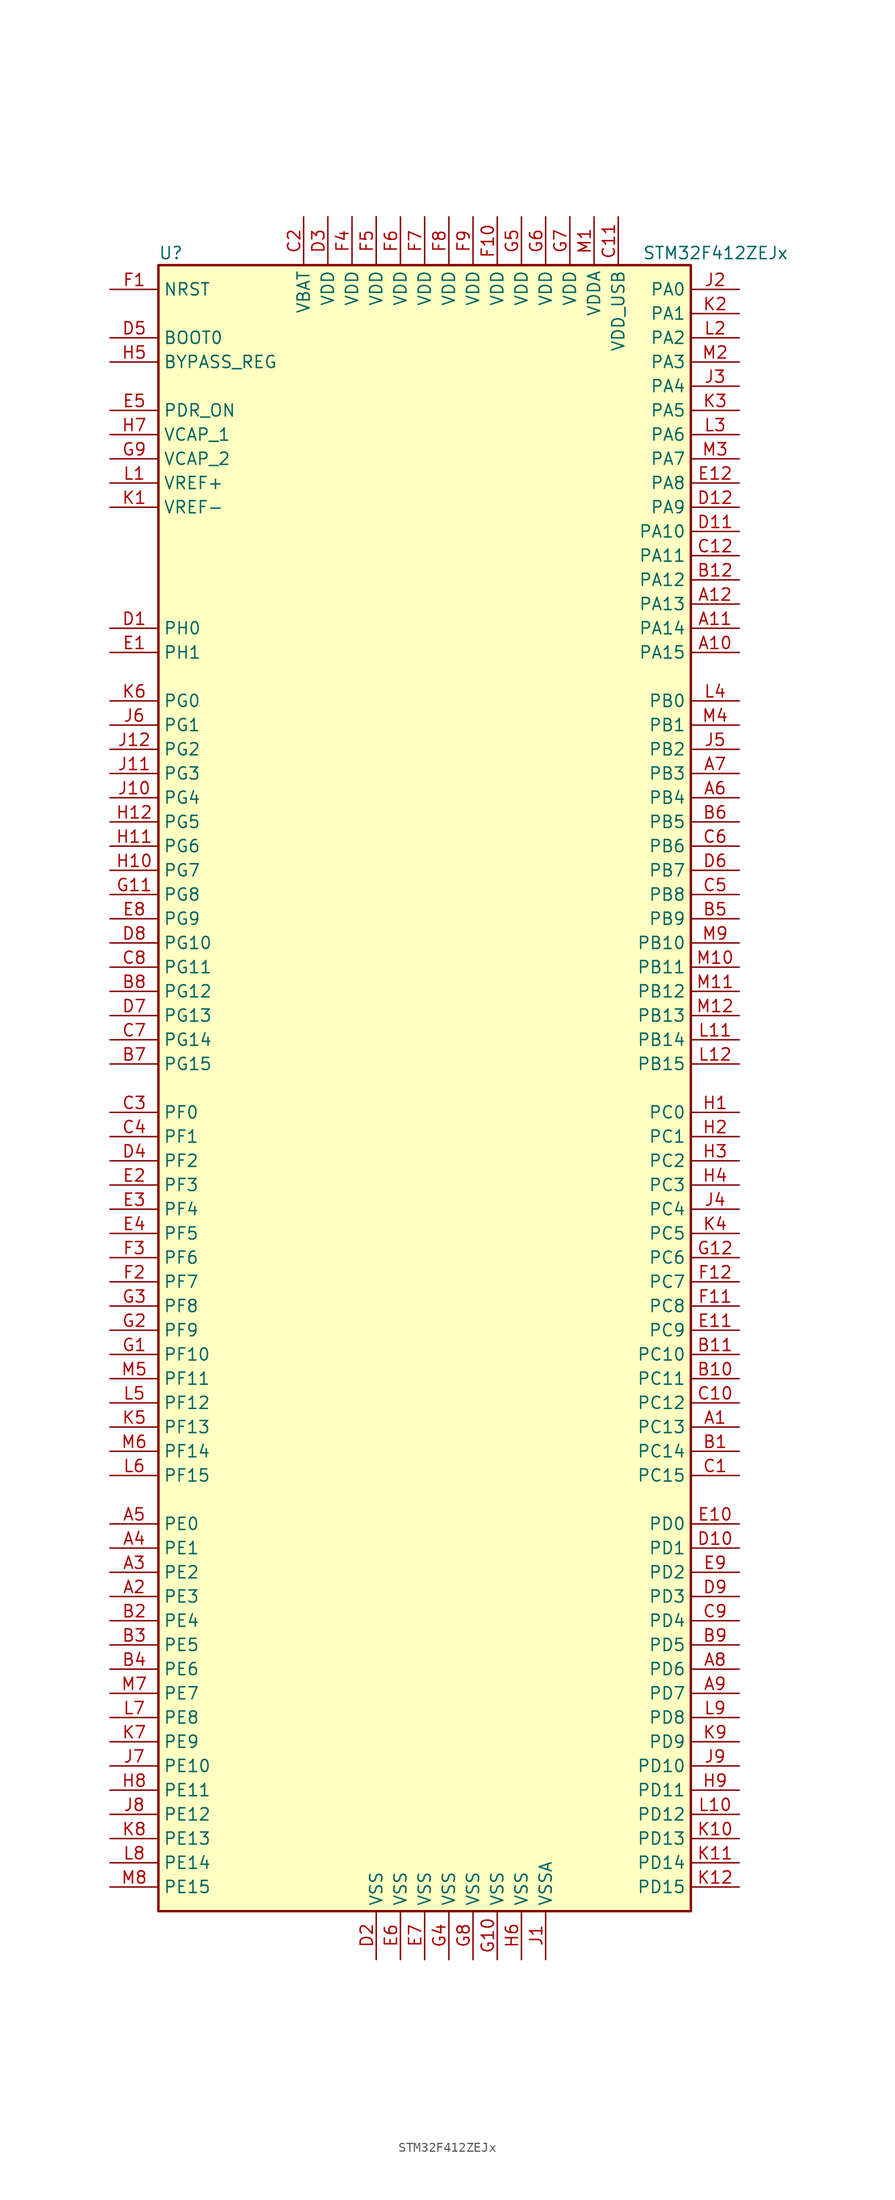
<source format=kicad_sym>
(kicad_symbol_lib
  (version 20201005)
  (generator kicad_symbol_editor)
  (symbol "MCU_ST_STM32F4:STM32F412ZEJx"
    (property "Reference" "U"
      (at -27.94 87.63 0)
      (effects (font (size 1.27 1.27)) (justify left)))
    (property "Value" "STM32F412ZEJx"
      (at 22.86 87.63 0)
      (effects (font (size 1.27 1.27)) (justify left)))
    (symbol "STM32F412ZEJx_0_1"
      (rectangle (start -27.94 -86.36) (end 27.94 86.36) (stroke (width 0.254)) (fill (type background))))
    (symbol "STM32F412ZEJx_1_1"
      (pin input line (at -33.02 78.74 0) (length 5.08) (name "BOOT0" (effects (font (size 1.27 1.27)))) (number "D5" (effects (font (size 1.27 1.27)))))
      (pin input line (at -33.02 76.2 0) (length 5.08) (name "BYPASS_REG" (effects (font (size 1.27 1.27)))) (number "H5" (effects (font (size 1.27 1.27)))))
      (pin input line (at -33.02 83.82 0) (length 5.08) (name "NRST" (effects (font (size 1.27 1.27)))) (number "F1" (effects (font (size 1.27 1.27)))))
      (pin bidirectional line (at 33.02 83.82 180) (length 5.08) (name "PA0" (effects (font (size 1.27 1.27)))) (number "J2" (effects (font (size 1.27 1.27)))))
      (pin bidirectional line (at 33.02 81.28 180) (length 5.08) (name "PA1" (effects (font (size 1.27 1.27)))) (number "K2" (effects (font (size 1.27 1.27)))))
      (pin bidirectional line (at 33.02 58.42 180) (length 5.08) (name "PA10" (effects (font (size 1.27 1.27)))) (number "D11" (effects (font (size 1.27 1.27)))))
      (pin bidirectional line (at 33.02 55.88 180) (length 5.08) (name "PA11" (effects (font (size 1.27 1.27)))) (number "C12" (effects (font (size 1.27 1.27)))))
      (pin bidirectional line (at 33.02 53.34 180) (length 5.08) (name "PA12" (effects (font (size 1.27 1.27)))) (number "B12" (effects (font (size 1.27 1.27)))))
      (pin bidirectional line (at 33.02 50.8 180) (length 5.08) (name "PA13" (effects (font (size 1.27 1.27)))) (number "A12" (effects (font (size 1.27 1.27)))))
      (pin bidirectional line (at 33.02 48.26 180) (length 5.08) (name "PA14" (effects (font (size 1.27 1.27)))) (number "A11" (effects (font (size 1.27 1.27)))))
      (pin bidirectional line (at 33.02 45.72 180) (length 5.08) (name "PA15" (effects (font (size 1.27 1.27)))) (number "A10" (effects (font (size 1.27 1.27)))))
      (pin bidirectional line (at 33.02 78.74 180) (length 5.08) (name "PA2" (effects (font (size 1.27 1.27)))) (number "L2" (effects (font (size 1.27 1.27)))))
      (pin bidirectional line (at 33.02 76.2 180) (length 5.08) (name "PA3" (effects (font (size 1.27 1.27)))) (number "M2" (effects (font (size 1.27 1.27)))))
      (pin bidirectional line (at 33.02 73.66 180) (length 5.08) (name "PA4" (effects (font (size 1.27 1.27)))) (number "J3" (effects (font (size 1.27 1.27)))))
      (pin bidirectional line (at 33.02 71.12 180) (length 5.08) (name "PA5" (effects (font (size 1.27 1.27)))) (number "K3" (effects (font (size 1.27 1.27)))))
      (pin bidirectional line (at 33.02 68.58 180) (length 5.08) (name "PA6" (effects (font (size 1.27 1.27)))) (number "L3" (effects (font (size 1.27 1.27)))))
      (pin bidirectional line (at 33.02 66.04 180) (length 5.08) (name "PA7" (effects (font (size 1.27 1.27)))) (number "M3" (effects (font (size 1.27 1.27)))))
      (pin bidirectional line (at 33.02 63.5 180) (length 5.08) (name "PA8" (effects (font (size 1.27 1.27)))) (number "E12" (effects (font (size 1.27 1.27)))))
      (pin bidirectional line (at 33.02 60.96 180) (length 5.08) (name "PA9" (effects (font (size 1.27 1.27)))) (number "D12" (effects (font (size 1.27 1.27)))))
      (pin bidirectional line (at 33.02 40.64 180) (length 5.08) (name "PB0" (effects (font (size 1.27 1.27)))) (number "L4" (effects (font (size 1.27 1.27)))))
      (pin bidirectional line (at 33.02 38.1 180) (length 5.08) (name "PB1" (effects (font (size 1.27 1.27)))) (number "M4" (effects (font (size 1.27 1.27)))))
      (pin bidirectional line (at 33.02 15.24 180) (length 5.08) (name "PB10" (effects (font (size 1.27 1.27)))) (number "M9" (effects (font (size 1.27 1.27)))))
      (pin bidirectional line (at 33.02 12.7 180) (length 5.08) (name "PB11" (effects (font (size 1.27 1.27)))) (number "M10" (effects (font (size 1.27 1.27)))))
      (pin bidirectional line (at 33.02 10.16 180) (length 5.08) (name "PB12" (effects (font (size 1.27 1.27)))) (number "M11" (effects (font (size 1.27 1.27)))))
      (pin bidirectional line (at 33.02 7.62 180) (length 5.08) (name "PB13" (effects (font (size 1.27 1.27)))) (number "M12" (effects (font (size 1.27 1.27)))))
      (pin bidirectional line (at 33.02 5.08 180) (length 5.08) (name "PB14" (effects (font (size 1.27 1.27)))) (number "L11" (effects (font (size 1.27 1.27)))))
      (pin bidirectional line (at 33.02 2.54 180) (length 5.08) (name "PB15" (effects (font (size 1.27 1.27)))) (number "L12" (effects (font (size 1.27 1.27)))))
      (pin bidirectional line (at 33.02 35.56 180) (length 5.08) (name "PB2" (effects (font (size 1.27 1.27)))) (number "J5" (effects (font (size 1.27 1.27)))))
      (pin bidirectional line (at 33.02 33.02 180) (length 5.08) (name "PB3" (effects (font (size 1.27 1.27)))) (number "A7" (effects (font (size 1.27 1.27)))))
      (pin bidirectional line (at 33.02 30.48 180) (length 5.08) (name "PB4" (effects (font (size 1.27 1.27)))) (number "A6" (effects (font (size 1.27 1.27)))))
      (pin bidirectional line (at 33.02 27.94 180) (length 5.08) (name "PB5" (effects (font (size 1.27 1.27)))) (number "B6" (effects (font (size 1.27 1.27)))))
      (pin bidirectional line (at 33.02 25.4 180) (length 5.08) (name "PB6" (effects (font (size 1.27 1.27)))) (number "C6" (effects (font (size 1.27 1.27)))))
      (pin bidirectional line (at 33.02 22.86 180) (length 5.08) (name "PB7" (effects (font (size 1.27 1.27)))) (number "D6" (effects (font (size 1.27 1.27)))))
      (pin bidirectional line (at 33.02 20.32 180) (length 5.08) (name "PB8" (effects (font (size 1.27 1.27)))) (number "C5" (effects (font (size 1.27 1.27)))))
      (pin bidirectional line (at 33.02 17.78 180) (length 5.08) (name "PB9" (effects (font (size 1.27 1.27)))) (number "B5" (effects (font (size 1.27 1.27)))))
      (pin bidirectional line (at 33.02 -2.54 180) (length 5.08) (name "PC0" (effects (font (size 1.27 1.27)))) (number "H1" (effects (font (size 1.27 1.27)))))
      (pin bidirectional line (at 33.02 -5.08 180) (length 5.08) (name "PC1" (effects (font (size 1.27 1.27)))) (number "H2" (effects (font (size 1.27 1.27)))))
      (pin bidirectional line (at 33.02 -27.94 180) (length 5.08) (name "PC10" (effects (font (size 1.27 1.27)))) (number "B11" (effects (font (size 1.27 1.27)))))
      (pin bidirectional line (at 33.02 -30.48 180) (length 5.08) (name "PC11" (effects (font (size 1.27 1.27)))) (number "B10" (effects (font (size 1.27 1.27)))))
      (pin bidirectional line (at 33.02 -33.02 180) (length 5.08) (name "PC12" (effects (font (size 1.27 1.27)))) (number "C10" (effects (font (size 1.27 1.27)))))
      (pin bidirectional line (at 33.02 -35.56 180) (length 5.08) (name "PC13" (effects (font (size 1.27 1.27)))) (number "A1" (effects (font (size 1.27 1.27)))))
      (pin bidirectional line (at 33.02 -38.1 180) (length 5.08) (name "PC14" (effects (font (size 1.27 1.27)))) (number "B1" (effects (font (size 1.27 1.27)))))
      (pin bidirectional line (at 33.02 -40.64 180) (length 5.08) (name "PC15" (effects (font (size 1.27 1.27)))) (number "C1" (effects (font (size 1.27 1.27)))))
      (pin bidirectional line (at 33.02 -7.62 180) (length 5.08) (name "PC2" (effects (font (size 1.27 1.27)))) (number "H3" (effects (font (size 1.27 1.27)))))
      (pin bidirectional line (at 33.02 -10.16 180) (length 5.08) (name "PC3" (effects (font (size 1.27 1.27)))) (number "H4" (effects (font (size 1.27 1.27)))))
      (pin bidirectional line (at 33.02 -12.7 180) (length 5.08) (name "PC4" (effects (font (size 1.27 1.27)))) (number "J4" (effects (font (size 1.27 1.27)))))
      (pin bidirectional line (at 33.02 -15.24 180) (length 5.08) (name "PC5" (effects (font (size 1.27 1.27)))) (number "K4" (effects (font (size 1.27 1.27)))))
      (pin bidirectional line (at 33.02 -17.78 180) (length 5.08) (name "PC6" (effects (font (size 1.27 1.27)))) (number "G12" (effects (font (size 1.27 1.27)))))
      (pin bidirectional line (at 33.02 -20.32 180) (length 5.08) (name "PC7" (effects (font (size 1.27 1.27)))) (number "F12" (effects (font (size 1.27 1.27)))))
      (pin bidirectional line (at 33.02 -22.86 180) (length 5.08) (name "PC8" (effects (font (size 1.27 1.27)))) (number "F11" (effects (font (size 1.27 1.27)))))
      (pin bidirectional line (at 33.02 -25.4 180) (length 5.08) (name "PC9" (effects (font (size 1.27 1.27)))) (number "E11" (effects (font (size 1.27 1.27)))))
      (pin bidirectional line (at 33.02 -45.72 180) (length 5.08) (name "PD0" (effects (font (size 1.27 1.27)))) (number "E10" (effects (font (size 1.27 1.27)))))
      (pin bidirectional line (at 33.02 -48.26 180) (length 5.08) (name "PD1" (effects (font (size 1.27 1.27)))) (number "D10" (effects (font (size 1.27 1.27)))))
      (pin bidirectional line (at 33.02 -71.12 180) (length 5.08) (name "PD10" (effects (font (size 1.27 1.27)))) (number "J9" (effects (font (size 1.27 1.27)))))
      (pin bidirectional line (at 33.02 -73.66 180) (length 5.08) (name "PD11" (effects (font (size 1.27 1.27)))) (number "H9" (effects (font (size 1.27 1.27)))))
      (pin bidirectional line (at 33.02 -76.2 180) (length 5.08) (name "PD12" (effects (font (size 1.27 1.27)))) (number "L10" (effects (font (size 1.27 1.27)))))
      (pin bidirectional line (at 33.02 -78.74 180) (length 5.08) (name "PD13" (effects (font (size 1.27 1.27)))) (number "K10" (effects (font (size 1.27 1.27)))))
      (pin bidirectional line (at 33.02 -81.28 180) (length 5.08) (name "PD14" (effects (font (size 1.27 1.27)))) (number "K11" (effects (font (size 1.27 1.27)))))
      (pin bidirectional line (at 33.02 -83.82 180) (length 5.08) (name "PD15" (effects (font (size 1.27 1.27)))) (number "K12" (effects (font (size 1.27 1.27)))))
      (pin bidirectional line (at 33.02 -50.8 180) (length 5.08) (name "PD2" (effects (font (size 1.27 1.27)))) (number "E9" (effects (font (size 1.27 1.27)))))
      (pin bidirectional line (at 33.02 -53.34 180) (length 5.08) (name "PD3" (effects (font (size 1.27 1.27)))) (number "D9" (effects (font (size 1.27 1.27)))))
      (pin bidirectional line (at 33.02 -55.88 180) (length 5.08) (name "PD4" (effects (font (size 1.27 1.27)))) (number "C9" (effects (font (size 1.27 1.27)))))
      (pin bidirectional line (at 33.02 -58.42 180) (length 5.08) (name "PD5" (effects (font (size 1.27 1.27)))) (number "B9" (effects (font (size 1.27 1.27)))))
      (pin bidirectional line (at 33.02 -60.96 180) (length 5.08) (name "PD6" (effects (font (size 1.27 1.27)))) (number "A8" (effects (font (size 1.27 1.27)))))
      (pin bidirectional line (at 33.02 -63.5 180) (length 5.08) (name "PD7" (effects (font (size 1.27 1.27)))) (number "A9" (effects (font (size 1.27 1.27)))))
      (pin bidirectional line (at 33.02 -66.04 180) (length 5.08) (name "PD8" (effects (font (size 1.27 1.27)))) (number "L9" (effects (font (size 1.27 1.27)))))
      (pin bidirectional line (at 33.02 -68.58 180) (length 5.08) (name "PD9" (effects (font (size 1.27 1.27)))) (number "K9" (effects (font (size 1.27 1.27)))))
      (pin power_in line (at -33.02 71.12 0) (length 5.08) (name "PDR_ON" (effects (font (size 1.27 1.27)))) (number "E5" (effects (font (size 1.27 1.27)))))
      (pin bidirectional line (at -33.02 -45.72 0) (length 5.08) (name "PE0" (effects (font (size 1.27 1.27)))) (number "A5" (effects (font (size 1.27 1.27)))))
      (pin bidirectional line (at -33.02 -48.26 0) (length 5.08) (name "PE1" (effects (font (size 1.27 1.27)))) (number "A4" (effects (font (size 1.27 1.27)))))
      (pin bidirectional line (at -33.02 -71.12 0) (length 5.08) (name "PE10" (effects (font (size 1.27 1.27)))) (number "J7" (effects (font (size 1.27 1.27)))))
      (pin bidirectional line (at -33.02 -73.66 0) (length 5.08) (name "PE11" (effects (font (size 1.27 1.27)))) (number "H8" (effects (font (size 1.27 1.27)))))
      (pin bidirectional line (at -33.02 -76.2 0) (length 5.08) (name "PE12" (effects (font (size 1.27 1.27)))) (number "J8" (effects (font (size 1.27 1.27)))))
      (pin bidirectional line (at -33.02 -78.74 0) (length 5.08) (name "PE13" (effects (font (size 1.27 1.27)))) (number "K8" (effects (font (size 1.27 1.27)))))
      (pin bidirectional line (at -33.02 -81.28 0) (length 5.08) (name "PE14" (effects (font (size 1.27 1.27)))) (number "L8" (effects (font (size 1.27 1.27)))))
      (pin bidirectional line (at -33.02 -83.82 0) (length 5.08) (name "PE15" (effects (font (size 1.27 1.27)))) (number "M8" (effects (font (size 1.27 1.27)))))
      (pin bidirectional line (at -33.02 -50.8 0) (length 5.08) (name "PE2" (effects (font (size 1.27 1.27)))) (number "A3" (effects (font (size 1.27 1.27)))))
      (pin bidirectional line (at -33.02 -53.34 0) (length 5.08) (name "PE3" (effects (font (size 1.27 1.27)))) (number "A2" (effects (font (size 1.27 1.27)))))
      (pin bidirectional line (at -33.02 -55.88 0) (length 5.08) (name "PE4" (effects (font (size 1.27 1.27)))) (number "B2" (effects (font (size 1.27 1.27)))))
      (pin bidirectional line (at -33.02 -58.42 0) (length 5.08) (name "PE5" (effects (font (size 1.27 1.27)))) (number "B3" (effects (font (size 1.27 1.27)))))
      (pin bidirectional line (at -33.02 -60.96 0) (length 5.08) (name "PE6" (effects (font (size 1.27 1.27)))) (number "B4" (effects (font (size 1.27 1.27)))))
      (pin bidirectional line (at -33.02 -63.5 0) (length 5.08) (name "PE7" (effects (font (size 1.27 1.27)))) (number "M7" (effects (font (size 1.27 1.27)))))
      (pin bidirectional line (at -33.02 -66.04 0) (length 5.08) (name "PE8" (effects (font (size 1.27 1.27)))) (number "L7" (effects (font (size 1.27 1.27)))))
      (pin bidirectional line (at -33.02 -68.58 0) (length 5.08) (name "PE9" (effects (font (size 1.27 1.27)))) (number "K7" (effects (font (size 1.27 1.27)))))
      (pin bidirectional line (at -33.02 -2.54 0) (length 5.08) (name "PF0" (effects (font (size 1.27 1.27)))) (number "C3" (effects (font (size 1.27 1.27)))))
      (pin bidirectional line (at -33.02 -5.08 0) (length 5.08) (name "PF1" (effects (font (size 1.27 1.27)))) (number "C4" (effects (font (size 1.27 1.27)))))
      (pin bidirectional line (at -33.02 -27.94 0) (length 5.08) (name "PF10" (effects (font (size 1.27 1.27)))) (number "G1" (effects (font (size 1.27 1.27)))))
      (pin bidirectional line (at -33.02 -30.48 0) (length 5.08) (name "PF11" (effects (font (size 1.27 1.27)))) (number "M5" (effects (font (size 1.27 1.27)))))
      (pin bidirectional line (at -33.02 -33.02 0) (length 5.08) (name "PF12" (effects (font (size 1.27 1.27)))) (number "L5" (effects (font (size 1.27 1.27)))))
      (pin bidirectional line (at -33.02 -35.56 0) (length 5.08) (name "PF13" (effects (font (size 1.27 1.27)))) (number "K5" (effects (font (size 1.27 1.27)))))
      (pin bidirectional line (at -33.02 -38.1 0) (length 5.08) (name "PF14" (effects (font (size 1.27 1.27)))) (number "M6" (effects (font (size 1.27 1.27)))))
      (pin bidirectional line (at -33.02 -40.64 0) (length 5.08) (name "PF15" (effects (font (size 1.27 1.27)))) (number "L6" (effects (font (size 1.27 1.27)))))
      (pin bidirectional line (at -33.02 -7.62 0) (length 5.08) (name "PF2" (effects (font (size 1.27 1.27)))) (number "D4" (effects (font (size 1.27 1.27)))))
      (pin bidirectional line (at -33.02 -10.16 0) (length 5.08) (name "PF3" (effects (font (size 1.27 1.27)))) (number "E2" (effects (font (size 1.27 1.27)))))
      (pin bidirectional line (at -33.02 -12.7 0) (length 5.08) (name "PF4" (effects (font (size 1.27 1.27)))) (number "E3" (effects (font (size 1.27 1.27)))))
      (pin bidirectional line (at -33.02 -15.24 0) (length 5.08) (name "PF5" (effects (font (size 1.27 1.27)))) (number "E4" (effects (font (size 1.27 1.27)))))
      (pin bidirectional line (at -33.02 -17.78 0) (length 5.08) (name "PF6" (effects (font (size 1.27 1.27)))) (number "F3" (effects (font (size 1.27 1.27)))))
      (pin bidirectional line (at -33.02 -20.32 0) (length 5.08) (name "PF7" (effects (font (size 1.27 1.27)))) (number "F2" (effects (font (size 1.27 1.27)))))
      (pin bidirectional line (at -33.02 -22.86 0) (length 5.08) (name "PF8" (effects (font (size 1.27 1.27)))) (number "G3" (effects (font (size 1.27 1.27)))))
      (pin bidirectional line (at -33.02 -25.4 0) (length 5.08) (name "PF9" (effects (font (size 1.27 1.27)))) (number "G2" (effects (font (size 1.27 1.27)))))
      (pin bidirectional line (at -33.02 40.64 0) (length 5.08) (name "PG0" (effects (font (size 1.27 1.27)))) (number "K6" (effects (font (size 1.27 1.27)))))
      (pin bidirectional line (at -33.02 38.1 0) (length 5.08) (name "PG1" (effects (font (size 1.27 1.27)))) (number "J6" (effects (font (size 1.27 1.27)))))
      (pin bidirectional line (at -33.02 15.24 0) (length 5.08) (name "PG10" (effects (font (size 1.27 1.27)))) (number "D8" (effects (font (size 1.27 1.27)))))
      (pin bidirectional line (at -33.02 12.7 0) (length 5.08) (name "PG11" (effects (font (size 1.27 1.27)))) (number "C8" (effects (font (size 1.27 1.27)))))
      (pin bidirectional line (at -33.02 10.16 0) (length 5.08) (name "PG12" (effects (font (size 1.27 1.27)))) (number "B8" (effects (font (size 1.27 1.27)))))
      (pin bidirectional line (at -33.02 7.62 0) (length 5.08) (name "PG13" (effects (font (size 1.27 1.27)))) (number "D7" (effects (font (size 1.27 1.27)))))
      (pin bidirectional line (at -33.02 5.08 0) (length 5.08) (name "PG14" (effects (font (size 1.27 1.27)))) (number "C7" (effects (font (size 1.27 1.27)))))
      (pin bidirectional line (at -33.02 2.54 0) (length 5.08) (name "PG15" (effects (font (size 1.27 1.27)))) (number "B7" (effects (font (size 1.27 1.27)))))
      (pin bidirectional line (at -33.02 35.56 0) (length 5.08) (name "PG2" (effects (font (size 1.27 1.27)))) (number "J12" (effects (font (size 1.27 1.27)))))
      (pin bidirectional line (at -33.02 33.02 0) (length 5.08) (name "PG3" (effects (font (size 1.27 1.27)))) (number "J11" (effects (font (size 1.27 1.27)))))
      (pin bidirectional line (at -33.02 30.48 0) (length 5.08) (name "PG4" (effects (font (size 1.27 1.27)))) (number "J10" (effects (font (size 1.27 1.27)))))
      (pin bidirectional line (at -33.02 27.94 0) (length 5.08) (name "PG5" (effects (font (size 1.27 1.27)))) (number "H12" (effects (font (size 1.27 1.27)))))
      (pin bidirectional line (at -33.02 25.4 0) (length 5.08) (name "PG6" (effects (font (size 1.27 1.27)))) (number "H11" (effects (font (size 1.27 1.27)))))
      (pin bidirectional line (at -33.02 22.86 0) (length 5.08) (name "PG7" (effects (font (size 1.27 1.27)))) (number "H10" (effects (font (size 1.27 1.27)))))
      (pin bidirectional line (at -33.02 20.32 0) (length 5.08) (name "PG8" (effects (font (size 1.27 1.27)))) (number "G11" (effects (font (size 1.27 1.27)))))
      (pin bidirectional line (at -33.02 17.78 0) (length 5.08) (name "PG9" (effects (font (size 1.27 1.27)))) (number "E8" (effects (font (size 1.27 1.27)))))
      (pin input line (at -33.02 48.26 0) (length 5.08) (name "PH0" (effects (font (size 1.27 1.27)))) (number "D1" (effects (font (size 1.27 1.27)))))
      (pin input line (at -33.02 45.72 0) (length 5.08) (name "PH1" (effects (font (size 1.27 1.27)))) (number "E1" (effects (font (size 1.27 1.27)))))
      (pin power_in line (at -12.7 91.44 270) (length 5.08) (name "VBAT" (effects (font (size 1.27 1.27)))) (number "C2" (effects (font (size 1.27 1.27)))))
      (pin power_in line (at -33.02 68.58 0) (length 5.08) (name "VCAP_1" (effects (font (size 1.27 1.27)))) (number "H7" (effects (font (size 1.27 1.27)))))
      (pin power_in line (at -33.02 66.04 0) (length 5.08) (name "VCAP_2" (effects (font (size 1.27 1.27)))) (number "G9" (effects (font (size 1.27 1.27)))))
      (pin power_in line (at -10.16 91.44 270) (length 5.08) (name "VDD" (effects (font (size 1.27 1.27)))) (number "D3" (effects (font (size 1.27 1.27)))))
      (pin power_in line (at 7.62 91.44 270) (length 5.08) (name "VDD" (effects (font (size 1.27 1.27)))) (number "F10" (effects (font (size 1.27 1.27)))))
      (pin power_in line (at -7.62 91.44 270) (length 5.08) (name "VDD" (effects (font (size 1.27 1.27)))) (number "F4" (effects (font (size 1.27 1.27)))))
      (pin power_in line (at -5.08 91.44 270) (length 5.08) (name "VDD" (effects (font (size 1.27 1.27)))) (number "F5" (effects (font (size 1.27 1.27)))))
      (pin power_in line (at -2.54 91.44 270) (length 5.08) (name "VDD" (effects (font (size 1.27 1.27)))) (number "F6" (effects (font (size 1.27 1.27)))))
      (pin power_in line (at 0 91.44 270) (length 5.08) (name "VDD" (effects (font (size 1.27 1.27)))) (number "F7" (effects (font (size 1.27 1.27)))))
      (pin power_in line (at 2.54 91.44 270) (length 5.08) (name "VDD" (effects (font (size 1.27 1.27)))) (number "F8" (effects (font (size 1.27 1.27)))))
      (pin power_in line (at 5.08 91.44 270) (length 5.08) (name "VDD" (effects (font (size 1.27 1.27)))) (number "F9" (effects (font (size 1.27 1.27)))))
      (pin power_in line (at 10.16 91.44 270) (length 5.08) (name "VDD" (effects (font (size 1.27 1.27)))) (number "G5" (effects (font (size 1.27 1.27)))))
      (pin power_in line (at 12.7 91.44 270) (length 5.08) (name "VDD" (effects (font (size 1.27 1.27)))) (number "G6" (effects (font (size 1.27 1.27)))))
      (pin power_in line (at 15.24 91.44 270) (length 5.08) (name "VDD" (effects (font (size 1.27 1.27)))) (number "G7" (effects (font (size 1.27 1.27)))))
      (pin power_in line (at 17.78 91.44 270) (length 5.08) (name "VDDA" (effects (font (size 1.27 1.27)))) (number "M1" (effects (font (size 1.27 1.27)))))
      (pin power_in line (at 20.32 91.44 270) (length 5.08) (name "VDD_USB" (effects (font (size 1.27 1.27)))) (number "C11" (effects (font (size 1.27 1.27)))))
      (pin power_in line (at -33.02 63.5 0) (length 5.08) (name "VREF+" (effects (font (size 1.27 1.27)))) (number "L1" (effects (font (size 1.27 1.27)))))
      (pin power_in line (at -33.02 60.96 0) (length 5.08) (name "VREF-" (effects (font (size 1.27 1.27)))) (number "K1" (effects (font (size 1.27 1.27)))))
      (pin power_in line (at -5.08 -91.44 90) (length 5.08) (name "VSS" (effects (font (size 1.27 1.27)))) (number "D2" (effects (font (size 1.27 1.27)))))
      (pin power_in line (at -2.54 -91.44 90) (length 5.08) (name "VSS" (effects (font (size 1.27 1.27)))) (number "E6" (effects (font (size 1.27 1.27)))))
      (pin power_in line (at 0 -91.44 90) (length 5.08) (name "VSS" (effects (font (size 1.27 1.27)))) (number "E7" (effects (font (size 1.27 1.27)))))
      (pin power_in line (at 7.62 -91.44 90) (length 5.08) (name "VSS" (effects (font (size 1.27 1.27)))) (number "G10" (effects (font (size 1.27 1.27)))))
      (pin power_in line (at 2.54 -91.44 90) (length 5.08) (name "VSS" (effects (font (size 1.27 1.27)))) (number "G4" (effects (font (size 1.27 1.27)))))
      (pin power_in line (at 5.08 -91.44 90) (length 5.08) (name "VSS" (effects (font (size 1.27 1.27)))) (number "G8" (effects (font (size 1.27 1.27)))))
      (pin power_in line (at 10.16 -91.44 90) (length 5.08) (name "VSS" (effects (font (size 1.27 1.27)))) (number "H6" (effects (font (size 1.27 1.27)))))
      (pin power_in line (at 12.7 -91.44 90) (length 5.08) (name "VSSA" (effects (font (size 1.27 1.27)))) (number "J1" (effects (font (size 1.27 1.27))))))))
</source>
